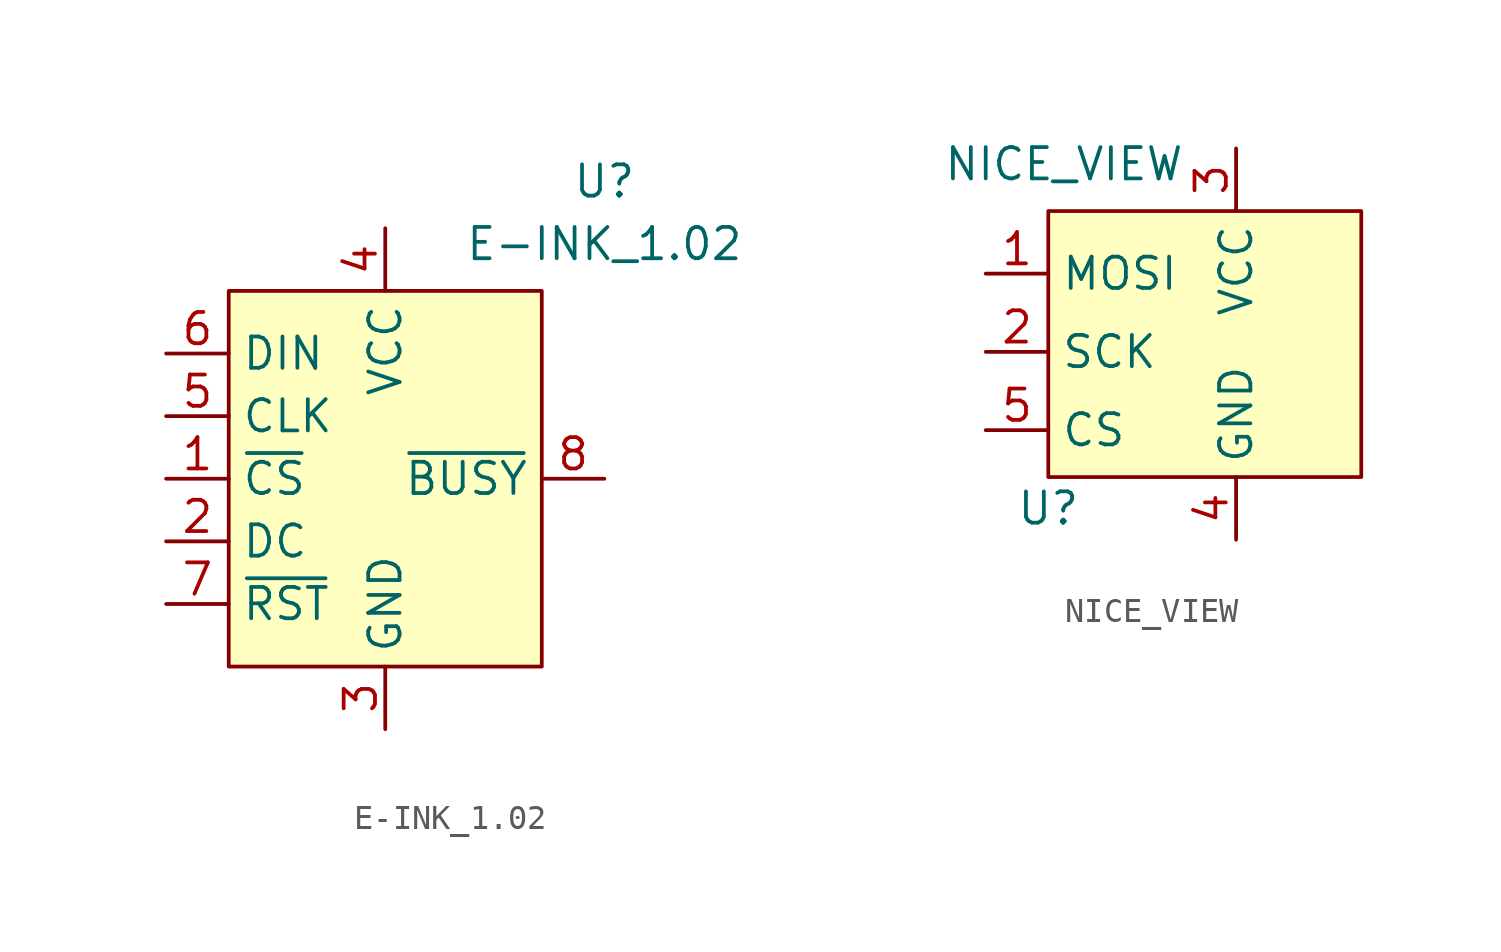
<source format=kicad_sym>
(kicad_symbol_lib
  (version 20220914)
  (generator kicad_symbol_editor)
  (symbol "E-INK_1.02"
    (property "Reference" "U"
      (at 8.89 12.065 0)
      (effects (font (size 1.27 1.27))))
    (property "Value" "E-INK_1.02"
      (at 8.89 9.525 0)
      (effects (font (size 1.27 1.27))))
    (symbol "E-INK_1.02_1_1"
      (rectangle (start -6.35 7.62) (end 6.35 -7.62) (stroke (width 0) (type default)) (fill (type background)))
      (pin input line (at -8.89 0 0) (length 2.54) (name "~{CS}" (effects (font (size 1.27 1.27)))) (number "1" (effects (font (size 1.27 1.27)))))
      (pin input line (at -8.89 -2.54 0) (length 2.54) (name "DC" (effects (font (size 1.27 1.27)))) (number "2" (effects (font (size 1.27 1.27)))))
      (pin power_in line (at 0 -10.16 90) (length 2.54) (name "GND" (effects (font (size 1.27 1.27)))) (number "3" (effects (font (size 1.27 1.27)))))
      (pin power_in line (at 0 10.16 270) (length 2.54) (name "VCC" (effects (font (size 1.27 1.27)))) (number "4" (effects (font (size 1.27 1.27)))))
      (pin input line (at -8.89 2.54 0) (length 2.54) (name "CLK" (effects (font (size 1.27 1.27)))) (number "5" (effects (font (size 1.27 1.27)))))
      (pin input line (at -8.89 5.08 0) (length 2.54) (name "DIN" (effects (font (size 1.27 1.27)))) (number "6" (effects (font (size 1.27 1.27)))))
      (pin input line (at -8.89 -5.08 0) (length 2.54) (name "~{RST}" (effects (font (size 1.27 1.27)))) (number "7" (effects (font (size 1.27 1.27)))))
      (pin output line (at 8.89 0 180) (length 2.54) (name "~{BUSY}" (effects (font (size 1.27 1.27)))) (number "8" (effects (font (size 1.27 1.27)))))))
  (symbol "NICE_VIEW"
    (property "Reference" "U"
      (at -6.35 -6.35 0)
      (effects (font (size 1.27 1.27))))
    (property "Value" "NICE_VIEW"
      (at -5.715 7.62 0)
      (effects (font (size 1.27 1.27))))
    (symbol "NICE_VIEW_1_1"
      (rectangle (start -6.35 5.715) (end 6.35 -5.08) (stroke (width 0) (type default)) (fill (type background)))
      (pin input line (at -8.89 3.175 0) (length 2.54) (name "MOSI" (effects (font (size 1.27 1.27)))) (number "1" (effects (font (size 1.27 1.27)))))
      (pin input line (at -8.89 0 0) (length 2.54) (name "SCK" (effects (font (size 1.27 1.27)))) (number "2" (effects (font (size 1.27 1.27)))))
      (pin power_in line (at 1.27 8.255 270) (length 2.54) (name "VCC" (effects (font (size 1.27 1.27)))) (number "3" (effects (font (size 1.27 1.27)))))
      (pin power_in line (at 1.27 -7.62 90) (length 2.54) (name "GND" (effects (font (size 1.27 1.27)))) (number "4" (effects (font (size 1.27 1.27)))))
      (pin input line (at -8.89 -3.175 0) (length 2.54) (name "CS" (effects (font (size 1.27 1.27)))) (number "5" (effects (font (size 1.27 1.27))))))))
</source>
